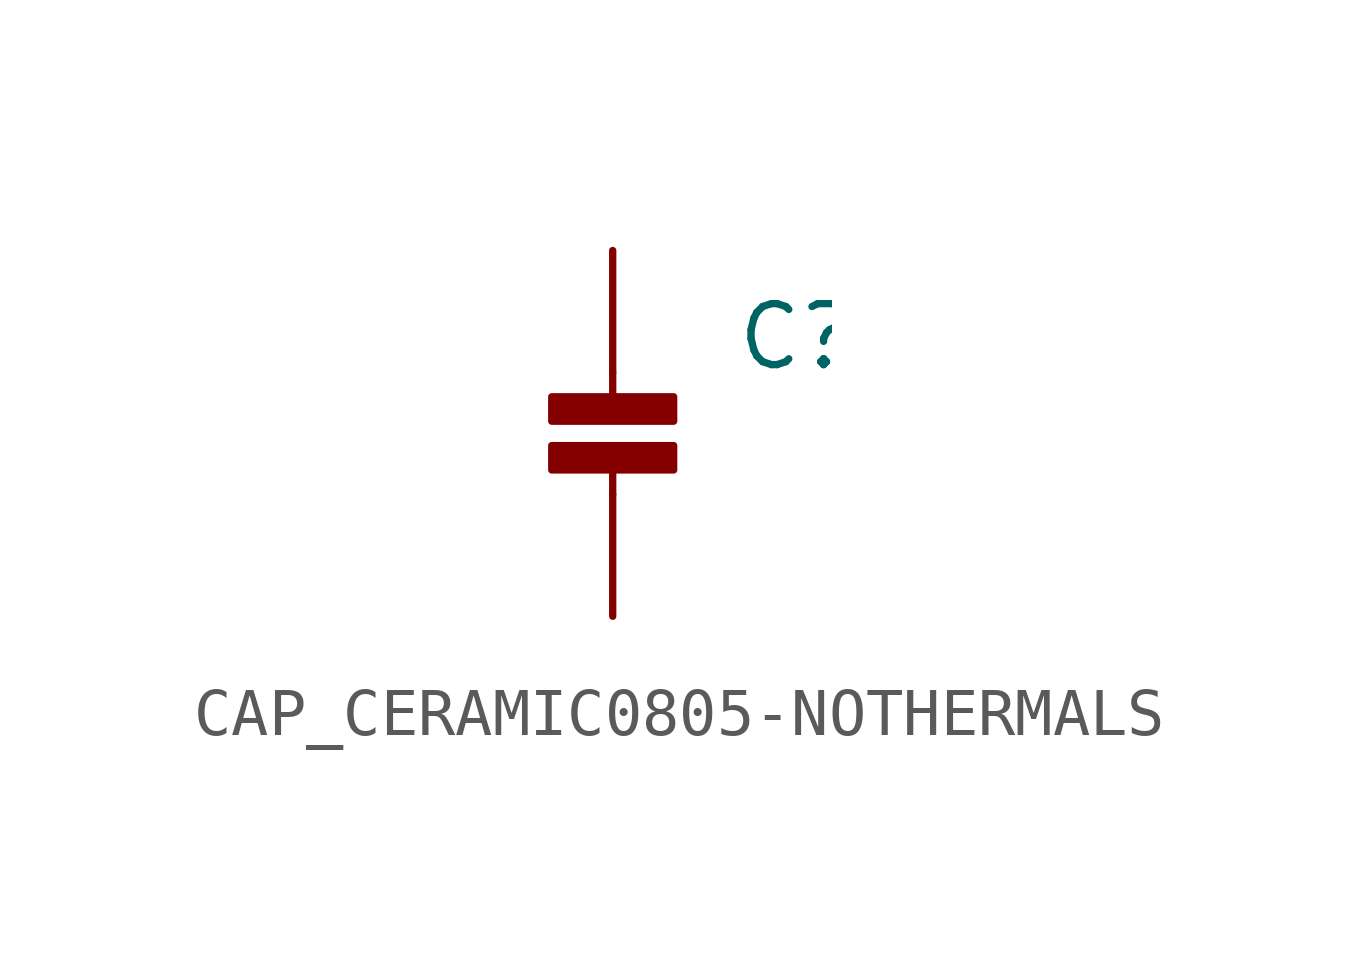
<source format=kicad_sym>
(kicad_symbol_lib
  (version 20220914)
  (generator kicad_symbol_editor)
  (symbol "CAP_CERAMIC0805-NOTHERMALS"
    (property "Reference" "C"
      (at 2.54 2.54 0)
      (effects (font (size 1.27 1.27)) (justify left bottom)))
    (property "Value" ""
      (at 2.54 0 0)
      (effects (font (size 1.27 1.27)) (justify left bottom)))
    (property "ki_locked" ""
      (at 0 0 0)
      (effects (font (size 1.27 1.27))))
    (symbol "CAP_CERAMIC0805-NOTHERMALS_1_0"
      (rectangle (start -1.27 0.508) (end 1.27 1.016) (stroke (width 0) (type default)) (fill (type outline)))
      (rectangle (start -1.27 1.524) (end 1.27 2.032) (stroke (width 0) (type default)) (fill (type outline)))
      (polyline (pts (xy 0 0.762) (xy 0 0)) (stroke (width 0.152) (type solid)) (fill (type none)))
      (polyline (pts (xy 0 2.54) (xy 0 1.778)) (stroke (width 0.152) (type solid)) (fill (type none)))
      (pin passive line (at 0 5.08 270) (length 2.54) (name "P$1" (effects (font (size 0 0)))) (number "1" (effects (font (size 0 0)))))
      (pin passive line (at 0 -2.54 90) (length 2.54) (name "P$2" (effects (font (size 0 0)))) (number "2" (effects (font (size 0 0))))))))
</source>
